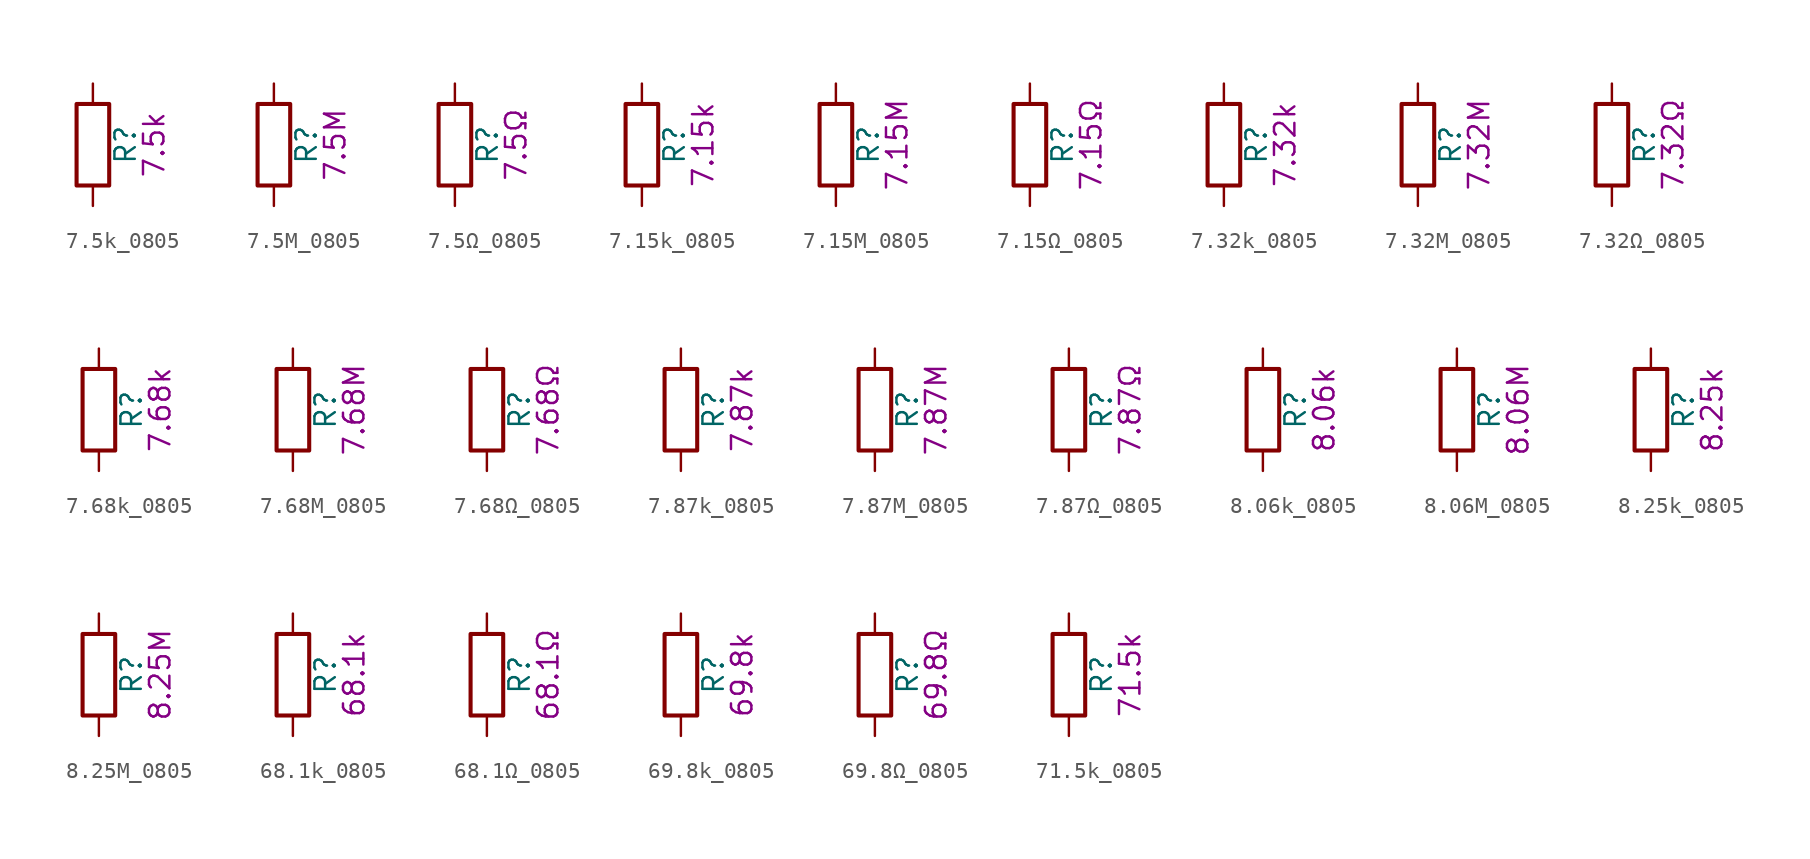
<source format=kicad_sym>
(kicad_symbol_lib
  (version 20211014)
  (generator kicad_symbol_editor)
  (symbol "7.5k_0805"
    (pin_numbers hide)
    (pin_names
      (offset 0))
    (property "Reference" "R"
      (at 2.032 0 90)
      (effects (font (size 1.27 1.27))))
    (property "Display" "7.5k"
      (at 3.81 0 90)
      (effects (font (size 1.27 1.27))))
    (symbol "7.5k_0805_0_1"
      (rectangle (start -1.016 -2.54) (end 1.016 2.54) (stroke (width 0.254) (type default) (color 0 0 0 0)) (fill (type none))))
    (symbol "7.5k_0805_1_1"
      (pin passive line (at 0 3.81 270) (length 1.27) (name "~" (effects (font (size 1.27 1.27)))) (number "1" (effects (font (size 1.27 1.27)))))
      (pin passive line (at 0 -3.81 90) (length 1.27) (name "~" (effects (font (size 1.27 1.27)))) (number "2" (effects (font (size 1.27 1.27)))))))
  (symbol "7.5M_0805"
    (pin_numbers hide)
    (pin_names
      (offset 0))
    (property "Reference" "R"
      (at 2.032 0 90)
      (effects (font (size 1.27 1.27))))
    (property "Display" "7.5M"
      (at 3.81 0 90)
      (effects (font (size 1.27 1.27))))
    (symbol "7.5M_0805_0_1"
      (rectangle (start -1.016 -2.54) (end 1.016 2.54) (stroke (width 0.254) (type default) (color 0 0 0 0)) (fill (type none))))
    (symbol "7.5M_0805_1_1"
      (pin passive line (at 0 3.81 270) (length 1.27) (name "~" (effects (font (size 1.27 1.27)))) (number "1" (effects (font (size 1.27 1.27)))))
      (pin passive line (at 0 -3.81 90) (length 1.27) (name "~" (effects (font (size 1.27 1.27)))) (number "2" (effects (font (size 1.27 1.27)))))))
  (symbol "7.5Ω_0805"
    (pin_numbers hide)
    (pin_names
      (offset 0))
    (property "Reference" "R"
      (at 2.032 0 90)
      (effects (font (size 1.27 1.27))))
    (property "Display" "7.5Ω"
      (at 3.81 0 90)
      (effects (font (size 1.27 1.27))))
    (symbol "7.5Ω_0805_0_1"
      (rectangle (start -1.016 -2.54) (end 1.016 2.54) (stroke (width 0.254) (type default) (color 0 0 0 0)) (fill (type none))))
    (symbol "7.5Ω_0805_1_1"
      (pin passive line (at 0 3.81 270) (length 1.27) (name "~" (effects (font (size 1.27 1.27)))) (number "1" (effects (font (size 1.27 1.27)))))
      (pin passive line (at 0 -3.81 90) (length 1.27) (name "~" (effects (font (size 1.27 1.27)))) (number "2" (effects (font (size 1.27 1.27)))))))
  (symbol "7.15k_0805"
    (pin_numbers hide)
    (pin_names
      (offset 0))
    (property "Reference" "R"
      (at 2.032 0 90)
      (effects (font (size 1.27 1.27))))
    (property "Display" "7.15k"
      (at 3.81 0 90)
      (effects (font (size 1.27 1.27))))
    (symbol "7.15k_0805_0_1"
      (rectangle (start -1.016 -2.54) (end 1.016 2.54) (stroke (width 0.254) (type default) (color 0 0 0 0)) (fill (type none))))
    (symbol "7.15k_0805_1_1"
      (pin passive line (at 0 3.81 270) (length 1.27) (name "~" (effects (font (size 1.27 1.27)))) (number "1" (effects (font (size 1.27 1.27)))))
      (pin passive line (at 0 -3.81 90) (length 1.27) (name "~" (effects (font (size 1.27 1.27)))) (number "2" (effects (font (size 1.27 1.27)))))))
  (symbol "7.15M_0805"
    (pin_numbers hide)
    (pin_names
      (offset 0))
    (property "Reference" "R"
      (at 2.032 0 90)
      (effects (font (size 1.27 1.27))))
    (property "Display" "7.15M"
      (at 3.81 0 90)
      (effects (font (size 1.27 1.27))))
    (symbol "7.15M_0805_0_1"
      (rectangle (start -1.016 -2.54) (end 1.016 2.54) (stroke (width 0.254) (type default) (color 0 0 0 0)) (fill (type none))))
    (symbol "7.15M_0805_1_1"
      (pin passive line (at 0 3.81 270) (length 1.27) (name "~" (effects (font (size 1.27 1.27)))) (number "1" (effects (font (size 1.27 1.27)))))
      (pin passive line (at 0 -3.81 90) (length 1.27) (name "~" (effects (font (size 1.27 1.27)))) (number "2" (effects (font (size 1.27 1.27)))))))
  (symbol "7.15Ω_0805"
    (pin_numbers hide)
    (pin_names
      (offset 0))
    (property "Reference" "R"
      (at 2.032 0 90)
      (effects (font (size 1.27 1.27))))
    (property "Display" "7.15Ω"
      (at 3.81 0 90)
      (effects (font (size 1.27 1.27))))
    (symbol "7.15Ω_0805_0_1"
      (rectangle (start -1.016 -2.54) (end 1.016 2.54) (stroke (width 0.254) (type default) (color 0 0 0 0)) (fill (type none))))
    (symbol "7.15Ω_0805_1_1"
      (pin passive line (at 0 3.81 270) (length 1.27) (name "~" (effects (font (size 1.27 1.27)))) (number "1" (effects (font (size 1.27 1.27)))))
      (pin passive line (at 0 -3.81 90) (length 1.27) (name "~" (effects (font (size 1.27 1.27)))) (number "2" (effects (font (size 1.27 1.27)))))))
  (symbol "7.32k_0805"
    (pin_numbers hide)
    (pin_names
      (offset 0))
    (property "Reference" "R"
      (at 2.032 0 90)
      (effects (font (size 1.27 1.27))))
    (property "Display" "7.32k"
      (at 3.81 0 90)
      (effects (font (size 1.27 1.27))))
    (symbol "7.32k_0805_0_1"
      (rectangle (start -1.016 -2.54) (end 1.016 2.54) (stroke (width 0.254) (type default) (color 0 0 0 0)) (fill (type none))))
    (symbol "7.32k_0805_1_1"
      (pin passive line (at 0 3.81 270) (length 1.27) (name "~" (effects (font (size 1.27 1.27)))) (number "1" (effects (font (size 1.27 1.27)))))
      (pin passive line (at 0 -3.81 90) (length 1.27) (name "~" (effects (font (size 1.27 1.27)))) (number "2" (effects (font (size 1.27 1.27)))))))
  (symbol "7.32M_0805"
    (pin_numbers hide)
    (pin_names
      (offset 0))
    (property "Reference" "R"
      (at 2.032 0 90)
      (effects (font (size 1.27 1.27))))
    (property "Display" "7.32M"
      (at 3.81 0 90)
      (effects (font (size 1.27 1.27))))
    (symbol "7.32M_0805_0_1"
      (rectangle (start -1.016 -2.54) (end 1.016 2.54) (stroke (width 0.254) (type default) (color 0 0 0 0)) (fill (type none))))
    (symbol "7.32M_0805_1_1"
      (pin passive line (at 0 3.81 270) (length 1.27) (name "~" (effects (font (size 1.27 1.27)))) (number "1" (effects (font (size 1.27 1.27)))))
      (pin passive line (at 0 -3.81 90) (length 1.27) (name "~" (effects (font (size 1.27 1.27)))) (number "2" (effects (font (size 1.27 1.27)))))))
  (symbol "7.32Ω_0805"
    (pin_numbers hide)
    (pin_names
      (offset 0))
    (property "Reference" "R"
      (at 2.032 0 90)
      (effects (font (size 1.27 1.27))))
    (property "Display" "7.32Ω"
      (at 3.81 0 90)
      (effects (font (size 1.27 1.27))))
    (symbol "7.32Ω_0805_0_1"
      (rectangle (start -1.016 -2.54) (end 1.016 2.54) (stroke (width 0.254) (type default) (color 0 0 0 0)) (fill (type none))))
    (symbol "7.32Ω_0805_1_1"
      (pin passive line (at 0 3.81 270) (length 1.27) (name "~" (effects (font (size 1.27 1.27)))) (number "1" (effects (font (size 1.27 1.27)))))
      (pin passive line (at 0 -3.81 90) (length 1.27) (name "~" (effects (font (size 1.27 1.27)))) (number "2" (effects (font (size 1.27 1.27)))))))
  (symbol "7.68k_0805"
    (pin_numbers hide)
    (pin_names
      (offset 0))
    (property "Reference" "R"
      (at 2.032 0 90)
      (effects (font (size 1.27 1.27))))
    (property "Display" "7.68k"
      (at 3.81 0 90)
      (effects (font (size 1.27 1.27))))
    (symbol "7.68k_0805_0_1"
      (rectangle (start -1.016 -2.54) (end 1.016 2.54) (stroke (width 0.254) (type default) (color 0 0 0 0)) (fill (type none))))
    (symbol "7.68k_0805_1_1"
      (pin passive line (at 0 3.81 270) (length 1.27) (name "~" (effects (font (size 1.27 1.27)))) (number "1" (effects (font (size 1.27 1.27)))))
      (pin passive line (at 0 -3.81 90) (length 1.27) (name "~" (effects (font (size 1.27 1.27)))) (number "2" (effects (font (size 1.27 1.27)))))))
  (symbol "7.68M_0805"
    (pin_numbers hide)
    (pin_names
      (offset 0))
    (property "Reference" "R"
      (at 2.032 0 90)
      (effects (font (size 1.27 1.27))))
    (property "Display" "7.68M"
      (at 3.81 0 90)
      (effects (font (size 1.27 1.27))))
    (symbol "7.68M_0805_0_1"
      (rectangle (start -1.016 -2.54) (end 1.016 2.54) (stroke (width 0.254) (type default) (color 0 0 0 0)) (fill (type none))))
    (symbol "7.68M_0805_1_1"
      (pin passive line (at 0 3.81 270) (length 1.27) (name "~" (effects (font (size 1.27 1.27)))) (number "1" (effects (font (size 1.27 1.27)))))
      (pin passive line (at 0 -3.81 90) (length 1.27) (name "~" (effects (font (size 1.27 1.27)))) (number "2" (effects (font (size 1.27 1.27)))))))
  (symbol "7.68Ω_0805"
    (pin_numbers hide)
    (pin_names
      (offset 0))
    (property "Reference" "R"
      (at 2.032 0 90)
      (effects (font (size 1.27 1.27))))
    (property "Display" "7.68Ω"
      (at 3.81 0 90)
      (effects (font (size 1.27 1.27))))
    (symbol "7.68Ω_0805_0_1"
      (rectangle (start -1.016 -2.54) (end 1.016 2.54) (stroke (width 0.254) (type default) (color 0 0 0 0)) (fill (type none))))
    (symbol "7.68Ω_0805_1_1"
      (pin passive line (at 0 3.81 270) (length 1.27) (name "~" (effects (font (size 1.27 1.27)))) (number "1" (effects (font (size 1.27 1.27)))))
      (pin passive line (at 0 -3.81 90) (length 1.27) (name "~" (effects (font (size 1.27 1.27)))) (number "2" (effects (font (size 1.27 1.27)))))))
  (symbol "7.87k_0805"
    (pin_numbers hide)
    (pin_names
      (offset 0))
    (property "Reference" "R"
      (at 2.032 0 90)
      (effects (font (size 1.27 1.27))))
    (property "Display" "7.87k"
      (at 3.81 0 90)
      (effects (font (size 1.27 1.27))))
    (symbol "7.87k_0805_0_1"
      (rectangle (start -1.016 -2.54) (end 1.016 2.54) (stroke (width 0.254) (type default) (color 0 0 0 0)) (fill (type none))))
    (symbol "7.87k_0805_1_1"
      (pin passive line (at 0 3.81 270) (length 1.27) (name "~" (effects (font (size 1.27 1.27)))) (number "1" (effects (font (size 1.27 1.27)))))
      (pin passive line (at 0 -3.81 90) (length 1.27) (name "~" (effects (font (size 1.27 1.27)))) (number "2" (effects (font (size 1.27 1.27)))))))
  (symbol "7.87M_0805"
    (pin_numbers hide)
    (pin_names
      (offset 0))
    (property "Reference" "R"
      (at 2.032 0 90)
      (effects (font (size 1.27 1.27))))
    (property "Display" "7.87M"
      (at 3.81 0 90)
      (effects (font (size 1.27 1.27))))
    (symbol "7.87M_0805_0_1"
      (rectangle (start -1.016 -2.54) (end 1.016 2.54) (stroke (width 0.254) (type default) (color 0 0 0 0)) (fill (type none))))
    (symbol "7.87M_0805_1_1"
      (pin passive line (at 0 3.81 270) (length 1.27) (name "~" (effects (font (size 1.27 1.27)))) (number "1" (effects (font (size 1.27 1.27)))))
      (pin passive line (at 0 -3.81 90) (length 1.27) (name "~" (effects (font (size 1.27 1.27)))) (number "2" (effects (font (size 1.27 1.27)))))))
  (symbol "7.87Ω_0805"
    (pin_numbers hide)
    (pin_names
      (offset 0))
    (property "Reference" "R"
      (at 2.032 0 90)
      (effects (font (size 1.27 1.27))))
    (property "Display" "7.87Ω"
      (at 3.81 0 90)
      (effects (font (size 1.27 1.27))))
    (symbol "7.87Ω_0805_0_1"
      (rectangle (start -1.016 -2.54) (end 1.016 2.54) (stroke (width 0.254) (type default) (color 0 0 0 0)) (fill (type none))))
    (symbol "7.87Ω_0805_1_1"
      (pin passive line (at 0 3.81 270) (length 1.27) (name "~" (effects (font (size 1.27 1.27)))) (number "1" (effects (font (size 1.27 1.27)))))
      (pin passive line (at 0 -3.81 90) (length 1.27) (name "~" (effects (font (size 1.27 1.27)))) (number "2" (effects (font (size 1.27 1.27)))))))
  (symbol "8.06k_0805"
    (pin_numbers hide)
    (pin_names
      (offset 0))
    (property "Reference" "R"
      (at 2.032 0 90)
      (effects (font (size 1.27 1.27))))
    (property "Display" "8.06k"
      (at 3.81 0 90)
      (effects (font (size 1.27 1.27))))
    (symbol "8.06k_0805_0_1"
      (rectangle (start -1.016 -2.54) (end 1.016 2.54) (stroke (width 0.254) (type default) (color 0 0 0 0)) (fill (type none))))
    (symbol "8.06k_0805_1_1"
      (pin passive line (at 0 3.81 270) (length 1.27) (name "~" (effects (font (size 1.27 1.27)))) (number "1" (effects (font (size 1.27 1.27)))))
      (pin passive line (at 0 -3.81 90) (length 1.27) (name "~" (effects (font (size 1.27 1.27)))) (number "2" (effects (font (size 1.27 1.27)))))))
  (symbol "8.06M_0805"
    (pin_numbers hide)
    (pin_names
      (offset 0))
    (property "Reference" "R"
      (at 2.032 0 90)
      (effects (font (size 1.27 1.27))))
    (property "Display" "8.06M"
      (at 3.81 0 90)
      (effects (font (size 1.27 1.27))))
    (symbol "8.06M_0805_0_1"
      (rectangle (start -1.016 -2.54) (end 1.016 2.54) (stroke (width 0.254) (type default) (color 0 0 0 0)) (fill (type none))))
    (symbol "8.06M_0805_1_1"
      (pin passive line (at 0 3.81 270) (length 1.27) (name "~" (effects (font (size 1.27 1.27)))) (number "1" (effects (font (size 1.27 1.27)))))
      (pin passive line (at 0 -3.81 90) (length 1.27) (name "~" (effects (font (size 1.27 1.27)))) (number "2" (effects (font (size 1.27 1.27)))))))
  (symbol "8.25k_0805"
    (pin_numbers hide)
    (pin_names
      (offset 0))
    (property "Reference" "R"
      (at 2.032 0 90)
      (effects (font (size 1.27 1.27))))
    (property "Display" "8.25k"
      (at 3.81 0 90)
      (effects (font (size 1.27 1.27))))
    (symbol "8.25k_0805_0_1"
      (rectangle (start -1.016 -2.54) (end 1.016 2.54) (stroke (width 0.254) (type default) (color 0 0 0 0)) (fill (type none))))
    (symbol "8.25k_0805_1_1"
      (pin passive line (at 0 3.81 270) (length 1.27) (name "~" (effects (font (size 1.27 1.27)))) (number "1" (effects (font (size 1.27 1.27)))))
      (pin passive line (at 0 -3.81 90) (length 1.27) (name "~" (effects (font (size 1.27 1.27)))) (number "2" (effects (font (size 1.27 1.27)))))))
  (symbol "8.25M_0805"
    (pin_numbers hide)
    (pin_names
      (offset 0))
    (property "Reference" "R"
      (at 2.032 0 90)
      (effects (font (size 1.27 1.27))))
    (property "Display" "8.25M"
      (at 3.81 0 90)
      (effects (font (size 1.27 1.27))))
    (symbol "8.25M_0805_0_1"
      (rectangle (start -1.016 -2.54) (end 1.016 2.54) (stroke (width 0.254) (type default) (color 0 0 0 0)) (fill (type none))))
    (symbol "8.25M_0805_1_1"
      (pin passive line (at 0 3.81 270) (length 1.27) (name "~" (effects (font (size 1.27 1.27)))) (number "1" (effects (font (size 1.27 1.27)))))
      (pin passive line (at 0 -3.81 90) (length 1.27) (name "~" (effects (font (size 1.27 1.27)))) (number "2" (effects (font (size 1.27 1.27)))))))
  (symbol "68.1k_0805"
    (pin_numbers hide)
    (pin_names
      (offset 0))
    (property "Reference" "R"
      (at 2.032 0 90)
      (effects (font (size 1.27 1.27))))
    (property "Display" "68.1k"
      (at 3.81 0 90)
      (effects (font (size 1.27 1.27))))
    (symbol "68.1k_0805_0_1"
      (rectangle (start -1.016 -2.54) (end 1.016 2.54) (stroke (width 0.254) (type default) (color 0 0 0 0)) (fill (type none))))
    (symbol "68.1k_0805_1_1"
      (pin passive line (at 0 3.81 270) (length 1.27) (name "~" (effects (font (size 1.27 1.27)))) (number "1" (effects (font (size 1.27 1.27)))))
      (pin passive line (at 0 -3.81 90) (length 1.27) (name "~" (effects (font (size 1.27 1.27)))) (number "2" (effects (font (size 1.27 1.27)))))))
  (symbol "68.1Ω_0805"
    (pin_numbers hide)
    (pin_names
      (offset 0))
    (property "Reference" "R"
      (at 2.032 0 90)
      (effects (font (size 1.27 1.27))))
    (property "Display" "68.1Ω"
      (at 3.81 0 90)
      (effects (font (size 1.27 1.27))))
    (symbol "68.1Ω_0805_0_1"
      (rectangle (start -1.016 -2.54) (end 1.016 2.54) (stroke (width 0.254) (type default) (color 0 0 0 0)) (fill (type none))))
    (symbol "68.1Ω_0805_1_1"
      (pin passive line (at 0 3.81 270) (length 1.27) (name "~" (effects (font (size 1.27 1.27)))) (number "1" (effects (font (size 1.27 1.27)))))
      (pin passive line (at 0 -3.81 90) (length 1.27) (name "~" (effects (font (size 1.27 1.27)))) (number "2" (effects (font (size 1.27 1.27)))))))
  (symbol "69.8k_0805"
    (pin_numbers hide)
    (pin_names
      (offset 0))
    (property "Reference" "R"
      (at 2.032 0 90)
      (effects (font (size 1.27 1.27))))
    (property "Display" "69.8k"
      (at 3.81 0 90)
      (effects (font (size 1.27 1.27))))
    (symbol "69.8k_0805_0_1"
      (rectangle (start -1.016 -2.54) (end 1.016 2.54) (stroke (width 0.254) (type default) (color 0 0 0 0)) (fill (type none))))
    (symbol "69.8k_0805_1_1"
      (pin passive line (at 0 3.81 270) (length 1.27) (name "~" (effects (font (size 1.27 1.27)))) (number "1" (effects (font (size 1.27 1.27)))))
      (pin passive line (at 0 -3.81 90) (length 1.27) (name "~" (effects (font (size 1.27 1.27)))) (number "2" (effects (font (size 1.27 1.27)))))))
  (symbol "69.8Ω_0805"
    (pin_numbers hide)
    (pin_names
      (offset 0))
    (property "Reference" "R"
      (at 2.032 0 90)
      (effects (font (size 1.27 1.27))))
    (property "Display" "69.8Ω"
      (at 3.81 0 90)
      (effects (font (size 1.27 1.27))))
    (symbol "69.8Ω_0805_0_1"
      (rectangle (start -1.016 -2.54) (end 1.016 2.54) (stroke (width 0.254) (type default) (color 0 0 0 0)) (fill (type none))))
    (symbol "69.8Ω_0805_1_1"
      (pin passive line (at 0 3.81 270) (length 1.27) (name "~" (effects (font (size 1.27 1.27)))) (number "1" (effects (font (size 1.27 1.27)))))
      (pin passive line (at 0 -3.81 90) (length 1.27) (name "~" (effects (font (size 1.27 1.27)))) (number "2" (effects (font (size 1.27 1.27)))))))
  (symbol "71.5k_0805"
    (pin_numbers hide)
    (pin_names
      (offset 0))
    (property "Reference" "R"
      (at 2.032 0 90)
      (effects (font (size 1.27 1.27))))
    (property "Display" "71.5k"
      (at 3.81 0 90)
      (effects (font (size 1.27 1.27))))
    (symbol "71.5k_0805_0_1"
      (rectangle (start -1.016 -2.54) (end 1.016 2.54) (stroke (width 0.254) (type default) (color 0 0 0 0)) (fill (type none))))
    (symbol "71.5k_0805_1_1"
      (pin passive line (at 0 3.81 270) (length 1.27) (name "~" (effects (font (size 1.27 1.27)))) (number "1" (effects (font (size 1.27 1.27)))))
      (pin passive line (at 0 -3.81 90) (length 1.27) (name "~" (effects (font (size 1.27 1.27)))) (number "2" (effects (font (size 1.27 1.27))))))))
</source>
